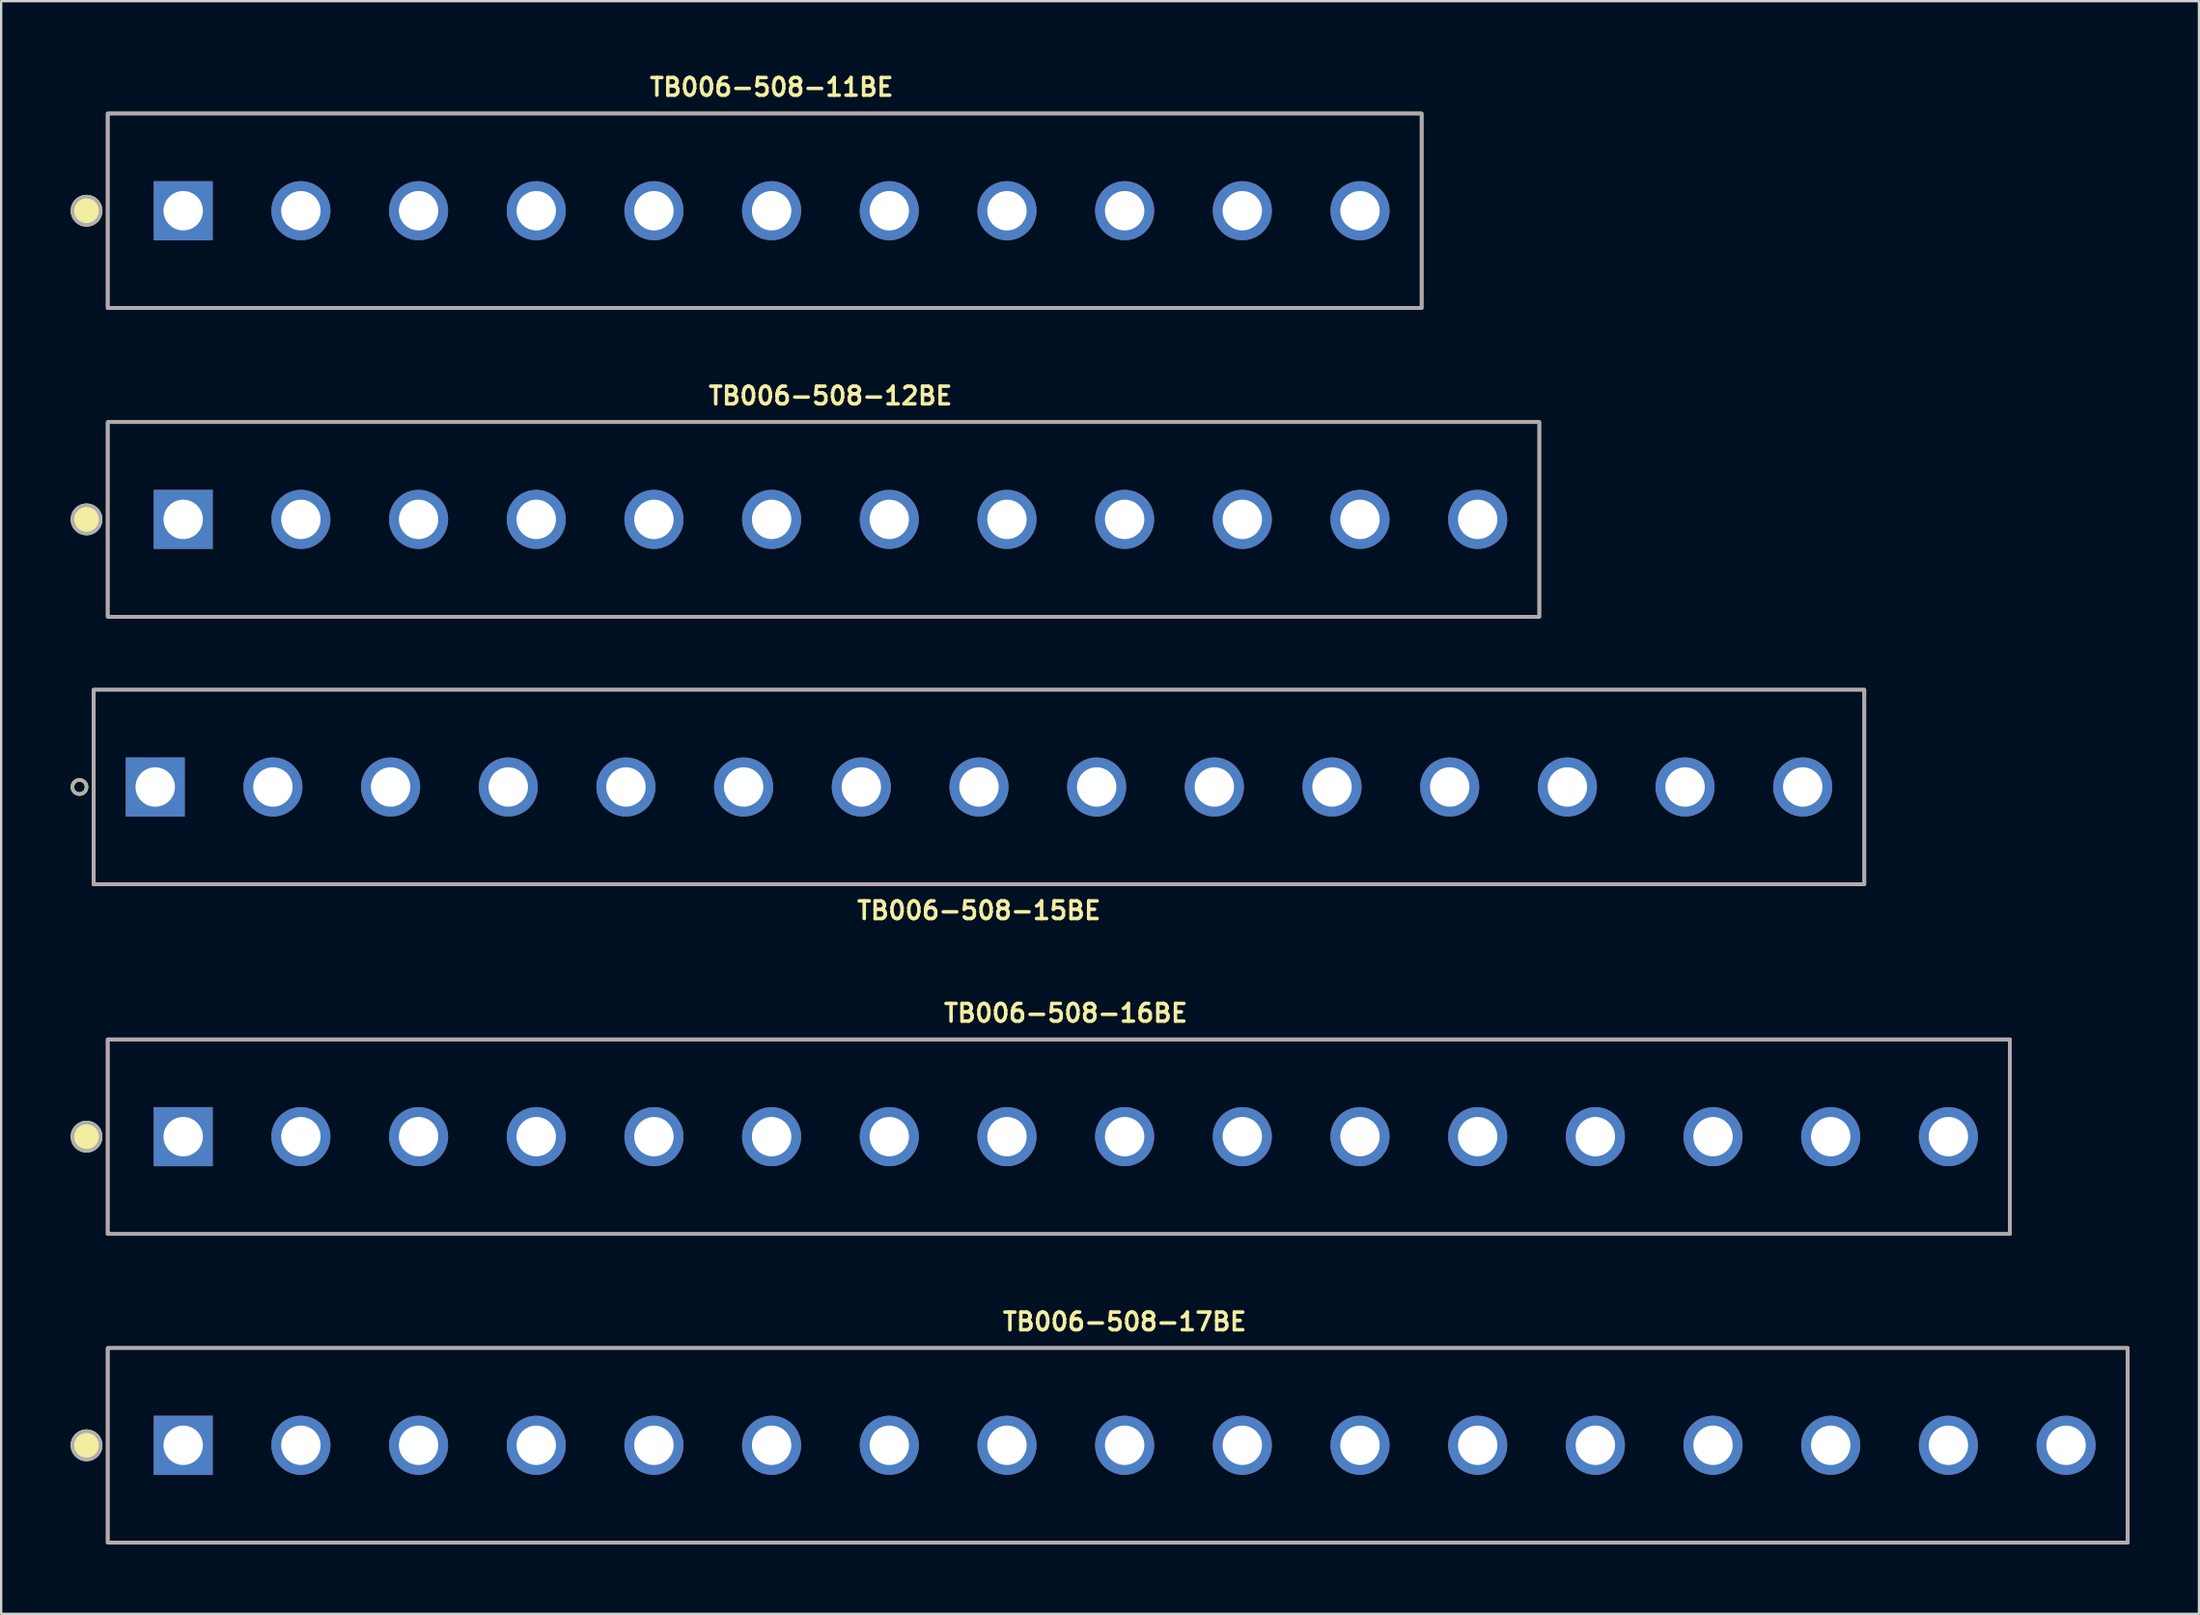
<source format=kicad_pcb>
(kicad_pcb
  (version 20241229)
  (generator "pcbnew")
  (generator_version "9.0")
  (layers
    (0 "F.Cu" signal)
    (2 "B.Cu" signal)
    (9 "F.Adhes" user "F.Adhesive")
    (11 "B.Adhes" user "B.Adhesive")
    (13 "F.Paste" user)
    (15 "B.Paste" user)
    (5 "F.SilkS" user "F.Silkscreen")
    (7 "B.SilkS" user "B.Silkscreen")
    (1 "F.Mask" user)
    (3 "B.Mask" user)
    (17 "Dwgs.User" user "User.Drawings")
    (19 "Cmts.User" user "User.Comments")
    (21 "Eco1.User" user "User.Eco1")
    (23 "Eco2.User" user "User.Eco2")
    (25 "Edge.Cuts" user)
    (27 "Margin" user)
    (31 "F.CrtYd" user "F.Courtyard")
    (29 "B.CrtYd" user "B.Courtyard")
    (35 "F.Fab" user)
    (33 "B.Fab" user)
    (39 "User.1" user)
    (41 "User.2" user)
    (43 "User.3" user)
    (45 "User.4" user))
  (footprint "TB006-508-12BE"
    (layer "F.Cu")
    (at 32.799 19.371)
    (property "Reference" "TB006-508-12BE" (at 0 -5.334 0) (layer "F.SilkS") (effects (font (size 0.762 0.762) (thickness 0.152))))
    (attr through_hole)
    (fp_rect (start -31.2 -4.2) (end 30.6 4.2) (stroke (width 0.152) (type default)) (fill no) (layer "F.SilkS"))
    (fp_circle (center -32.114 0) (end -31.505 0) (stroke (width 0.152) (type solid)) (fill yes) (layer "F.SilkS"))
    (fp_rect (start -31.2 -4.2) (end 30.6 4.2) (stroke (width 0.006) (type default)) (fill no) (layer "F.CrtYd"))
    (fp_rect (start -31.2 -4.2) (end 30.6 4.2) (stroke (width 0.152) (type default)) (fill no) (layer "F.Fab"))
    (fp_circle (center -32.114 0) (end -31.505 0) (stroke (width 0.152) (type solid)) (fill no) (layer "F.Fab"))
    (pad "1" thru_hole rect (at -27.94 0) (size 2.55 2.55) (drill 1.7) (layers "*.Cu" "*.Mask"))
    (pad "2" thru_hole circle (at -22.86 0) (size 2.55 2.55) (drill 1.7) (layers "*.Cu" "*.Mask"))
    (pad "3" thru_hole circle (at -17.78 0) (size 2.55 2.55) (drill 1.7) (layers "*.Cu" "*.Mask"))
    (pad "4" thru_hole circle (at -12.7 0) (size 2.55 2.55) (drill 1.7) (layers "*.Cu" "*.Mask"))
    (pad "5" thru_hole circle (at -7.62 0) (size 2.55 2.55) (drill 1.7) (layers "*.Cu" "*.Mask"))
    (pad "6" thru_hole circle (at -2.54 0) (size 2.55 2.55) (drill 1.7) (layers "*.Cu" "*.Mask"))
    (pad "7" thru_hole circle (at 2.54 0) (size 2.55 2.55) (drill 1.7) (layers "*.Cu" "*.Mask"))
    (pad "8" thru_hole circle (at 7.62 0) (size 2.55 2.55) (drill 1.7) (layers "*.Cu" "*.Mask"))
    (pad "9" thru_hole circle (at 12.7 0) (size 2.55 2.55) (drill 1.7) (layers "*.Cu" "*.Mask"))
    (pad "10" thru_hole circle (at 17.78 0) (size 2.55 2.55) (drill 1.7) (layers "*.Cu" "*.Mask"))
    (pad "11" thru_hole circle (at 22.86 0) (size 2.55 2.55) (drill 1.7) (layers "*.Cu" "*.Mask"))
    (pad "12" thru_hole circle (at 27.94 0) (size 2.55 2.55) (drill 1.7) (layers "*.Cu" "*.Mask")))
  (footprint "TB006-508-16BE"
    (layer "F.Cu")
    (at 42.959 46.018)
    (property "Reference" "TB006-508-16BE" (at 0 -5.334 0) (layer "F.SilkS") (effects (font (size 0.762 0.762) (thickness 0.152))))
    (attr through_hole)
    (fp_rect (start -41.36 -4.2) (end 40.76 4.2) (stroke (width 0.152) (type default)) (fill no) (layer "F.SilkS"))
    (fp_circle (center -42.274 0) (end -41.665 0) (stroke (width 0.152) (type solid)) (fill yes) (layer "F.SilkS"))
    (fp_rect (start -41.36 -4.2) (end 40.76 4.2) (stroke (width 0.006) (type default)) (fill no) (layer "F.CrtYd"))
    (fp_rect (start -41.36 -4.2) (end 40.76 4.2) (stroke (width 0.152) (type default)) (fill no) (layer "F.Fab"))
    (fp_circle (center -42.274 0) (end -41.665 0) (stroke (width 0.152) (type solid)) (fill no) (layer "F.Fab"))
    (pad "1" thru_hole rect (at -38.1 0) (size 2.55 2.55) (drill 1.7) (layers "*.Cu" "*.Mask"))
    (pad "2" thru_hole circle (at -33.02 0) (size 2.55 2.55) (drill 1.7) (layers "*.Cu" "*.Mask"))
    (pad "3" thru_hole circle (at -27.94 0) (size 2.55 2.55) (drill 1.7) (layers "*.Cu" "*.Mask"))
    (pad "4" thru_hole circle (at -22.86 0) (size 2.55 2.55) (drill 1.7) (layers "*.Cu" "*.Mask"))
    (pad "5" thru_hole circle (at -17.78 0) (size 2.55 2.55) (drill 1.7) (layers "*.Cu" "*.Mask"))
    (pad "6" thru_hole circle (at -12.7 0) (size 2.55 2.55) (drill 1.7) (layers "*.Cu" "*.Mask"))
    (pad "7" thru_hole circle (at -7.62 0) (size 2.55 2.55) (drill 1.7) (layers "*.Cu" "*.Mask"))
    (pad "8" thru_hole circle (at -2.54 0) (size 2.55 2.55) (drill 1.7) (layers "*.Cu" "*.Mask"))
    (pad "9" thru_hole circle (at 2.54 0) (size 2.55 2.55) (drill 1.7) (layers "*.Cu" "*.Mask"))
    (pad "10" thru_hole circle (at 7.62 0) (size 2.55 2.55) (drill 1.7) (layers "*.Cu" "*.Mask"))
    (pad "11" thru_hole circle (at 12.7 0) (size 2.55 2.55) (drill 1.7) (layers "*.Cu" "*.Mask"))
    (pad "12" thru_hole circle (at 17.78 0) (size 2.55 2.55) (drill 1.7) (layers "*.Cu" "*.Mask"))
    (pad "13" thru_hole circle (at 22.86 0) (size 2.55 2.55) (drill 1.7) (layers "*.Cu" "*.Mask"))
    (pad "14" thru_hole circle (at 27.94 0) (size 2.55 2.55) (drill 1.7) (layers "*.Cu" "*.Mask"))
    (pad "15" thru_hole circle (at 33.02 0) (size 2.55 2.55) (drill 1.7) (layers "*.Cu" "*.Mask"))
    (pad "16" thru_hole circle (at 38.1 0) (size 2.55 2.55) (drill 1.7) (layers "*.Cu" "*.Mask")))
  (footprint "TB006-508-15BE"
    (layer "F.Cu")
    (at 39.211 30.923)
    (property "Reference" "TB006-508-15BE" (at 0 5.334 0) (layer "F.SilkS") (effects (font (size 0.762 0.762) (thickness 0.152))))
    (attr through_hole)
    (fp_rect (start -38.22 -4.2) (end 38.22 4.2) (stroke (width 0.152) (type default)) (fill no) (layer "F.SilkS"))
    (fp_circle (center -38.83 0) (end -38.525 0) (stroke (width 0.152) (type solid)) (fill no) (layer "F.SilkS"))
    (fp_rect (start -38.22 -4.2) (end 38.22 4.2) (stroke (width 0.006) (type default)) (fill no) (layer "F.CrtYd"))
    (fp_rect (start -38.22 -4.2) (end 38.22 4.2) (stroke (width 0.152) (type default)) (fill no) (layer "F.Fab"))
    (fp_circle (center -38.83 0) (end -38.525 0) (stroke (width 0.152) (type solid)) (fill no) (layer "F.Fab"))
    (pad "1" thru_hole rect (at -35.56 0) (size 2.55 2.55) (drill 1.7) (layers "*.Cu" "*.Mask"))
    (pad "2" thru_hole circle (at -30.48 0) (size 2.55 2.55) (drill 1.7) (layers "*.Cu" "*.Mask"))
    (pad "3" thru_hole circle (at -25.4 0) (size 2.55 2.55) (drill 1.7) (layers "*.Cu" "*.Mask"))
    (pad "4" thru_hole circle (at -20.32 0) (size 2.55 2.55) (drill 1.7) (layers "*.Cu" "*.Mask"))
    (pad "5" thru_hole circle (at -15.24 0) (size 2.55 2.55) (drill 1.7) (layers "*.Cu" "*.Mask"))
    (pad "6" thru_hole circle (at -10.16 0) (size 2.55 2.55) (drill 1.7) (layers "*.Cu" "*.Mask"))
    (pad "7" thru_hole circle (at -5.08 0) (size 2.55 2.55) (drill 1.7) (layers "*.Cu" "*.Mask"))
    (pad "8" thru_hole circle (at 0 0) (size 2.55 2.55) (drill 1.7) (layers "*.Cu" "*.Mask"))
    (pad "9" thru_hole circle (at 5.08 0) (size 2.55 2.55) (drill 1.7) (layers "*.Cu" "*.Mask"))
    (pad "10" thru_hole circle (at 10.16 0) (size 2.55 2.55) (drill 1.7) (layers "*.Cu" "*.Mask"))
    (pad "11" thru_hole circle (at 15.24 0) (size 2.55 2.55) (drill 1.7) (layers "*.Cu" "*.Mask"))
    (pad "12" thru_hole circle (at 20.32 0) (size 2.55 2.55) (drill 1.7) (layers "*.Cu" "*.Mask"))
    (pad "13" thru_hole circle (at 25.4 0) (size 2.55 2.55) (drill 1.7) (layers "*.Cu" "*.Mask"))
    (pad "14" thru_hole circle (at 30.48 0) (size 2.55 2.55) (drill 1.7) (layers "*.Cu" "*.Mask"))
    (pad "15" thru_hole circle (at 35.56 0) (size 2.55 2.55) (drill 1.7) (layers "*.Cu" "*.Mask")))
  (footprint "TB006-508-17BE"
    (layer "F.Cu")
    (at 45.499 59.341)
    (property "Reference" "TB006-508-17BE" (at 0 -5.334 0) (layer "F.SilkS") (effects (font (size 0.762 0.762) (thickness 0.152))))
    (attr through_hole)
    (fp_rect (start -43.9 -4.2) (end 43.3 4.2) (stroke (width 0.152) (type default)) (fill no) (layer "F.SilkS"))
    (fp_circle (center -44.814 0) (end -44.205 0) (stroke (width 0.152) (type solid)) (fill yes) (layer "F.SilkS"))
    (fp_rect (start -43.9 -4.2) (end 43.3 4.2) (stroke (width 0.006) (type default)) (fill no) (layer "F.CrtYd"))
    (fp_rect (start -43.9 -4.2) (end 43.3 4.2) (stroke (width 0.152) (type default)) (fill no) (layer "F.Fab"))
    (fp_circle (center -44.814 0) (end -44.205 0) (stroke (width 0.152) (type solid)) (fill no) (layer "F.Fab"))
    (pad "1" thru_hole rect (at -40.64 0) (size 2.55 2.55) (drill 1.7) (layers "*.Cu" "*.Mask"))
    (pad "2" thru_hole circle (at -35.56 0) (size 2.55 2.55) (drill 1.7) (layers "*.Cu" "*.Mask"))
    (pad "3" thru_hole circle (at -30.48 0) (size 2.55 2.55) (drill 1.7) (layers "*.Cu" "*.Mask"))
    (pad "4" thru_hole circle (at -25.4 0) (size 2.55 2.55) (drill 1.7) (layers "*.Cu" "*.Mask"))
    (pad "5" thru_hole circle (at -20.32 0) (size 2.55 2.55) (drill 1.7) (layers "*.Cu" "*.Mask"))
    (pad "6" thru_hole circle (at -15.24 0) (size 2.55 2.55) (drill 1.7) (layers "*.Cu" "*.Mask"))
    (pad "7" thru_hole circle (at -10.16 0) (size 2.55 2.55) (drill 1.7) (layers "*.Cu" "*.Mask"))
    (pad "8" thru_hole circle (at -5.08 0) (size 2.55 2.55) (drill 1.7) (layers "*.Cu" "*.Mask"))
    (pad "9" thru_hole circle (at 0 0) (size 2.55 2.55) (drill 1.7) (layers "*.Cu" "*.Mask"))
    (pad "10" thru_hole circle (at 5.08 0) (size 2.55 2.55) (drill 1.7) (layers "*.Cu" "*.Mask"))
    (pad "11" thru_hole circle (at 10.16 0) (size 2.55 2.55) (drill 1.7) (layers "*.Cu" "*.Mask"))
    (pad "12" thru_hole circle (at 15.24 0) (size 2.55 2.55) (drill 1.7) (layers "*.Cu" "*.Mask"))
    (pad "13" thru_hole circle (at 20.32 0) (size 2.55 2.55) (drill 1.7) (layers "*.Cu" "*.Mask"))
    (pad "14" thru_hole circle (at 25.4 0) (size 2.55 2.55) (drill 1.7) (layers "*.Cu" "*.Mask"))
    (pad "15" thru_hole circle (at 30.48 0) (size 2.55 2.55) (drill 1.7) (layers "*.Cu" "*.Mask"))
    (pad "16" thru_hole circle (at 35.56 0) (size 2.55 2.55) (drill 1.7) (layers "*.Cu" "*.Mask"))
    (pad "17" thru_hole circle (at 40.64 0) (size 2.55 2.55) (drill 1.7) (layers "*.Cu" "*.Mask")))
  (footprint "TB006-508-11BE"
    (layer "F.Cu")
    (at 30.259 6.047)
    (property "Reference" "TB006-508-11BE" (at 0 -5.334 0) (layer "F.SilkS") (effects (font (size 0.762 0.762) (thickness 0.152))))
    (attr through_hole)
    (fp_rect (start -28.66 -4.2) (end 28.06 4.2) (stroke (width 0.152) (type default)) (fill no) (layer "F.SilkS"))
    (fp_circle (center -29.574 0) (end -28.965 0) (stroke (width 0.152) (type solid)) (fill yes) (layer "F.SilkS"))
    (fp_rect (start -28.66 -4.2) (end 28.06 4.2) (stroke (width 0.006) (type default)) (fill no) (layer "F.CrtYd"))
    (fp_rect (start -28.66 -4.2) (end 28.06 4.2) (stroke (width 0.152) (type default)) (fill no) (layer "F.Fab"))
    (fp_circle (center -29.574 0) (end -28.965 0) (stroke (width 0.152) (type solid)) (fill no) (layer "F.Fab"))
    (pad "1" thru_hole rect (at -25.4 0) (size 2.55 2.55) (drill 1.7) (layers "*.Cu" "*.Mask"))
    (pad "2" thru_hole circle (at -20.32 0) (size 2.55 2.55) (drill 1.7) (layers "*.Cu" "*.Mask"))
    (pad "3" thru_hole circle (at -15.24 0) (size 2.55 2.55) (drill 1.7) (layers "*.Cu" "*.Mask"))
    (pad "4" thru_hole circle (at -10.16 0) (size 2.55 2.55) (drill 1.7) (layers "*.Cu" "*.Mask"))
    (pad "5" thru_hole circle (at -5.08 0) (size 2.55 2.55) (drill 1.7) (layers "*.Cu" "*.Mask"))
    (pad "6" thru_hole circle (at 0 0) (size 2.55 2.55) (drill 1.7) (layers "*.Cu" "*.Mask"))
    (pad "7" thru_hole circle (at 5.08 0) (size 2.55 2.55) (drill 1.7) (layers "*.Cu" "*.Mask"))
    (pad "8" thru_hole circle (at 10.16 0) (size 2.55 2.55) (drill 1.7) (layers "*.Cu" "*.Mask"))
    (pad "9" thru_hole circle (at 15.24 0) (size 2.55 2.55) (drill 1.7) (layers "*.Cu" "*.Mask"))
    (pad "10" thru_hole circle (at 20.32 0) (size 2.55 2.55) (drill 1.7) (layers "*.Cu" "*.Mask"))
    (pad "11" thru_hole circle (at 25.4 0) (size 2.55 2.55) (drill 1.7) (layers "*.Cu" "*.Mask")))
  (gr_rect
    (start -3 -3)
    (end 91.875 66.617)
    (stroke (width 0.1) (type default))
    (fill no)
    (layer "Edge.Cuts")))
</source>
